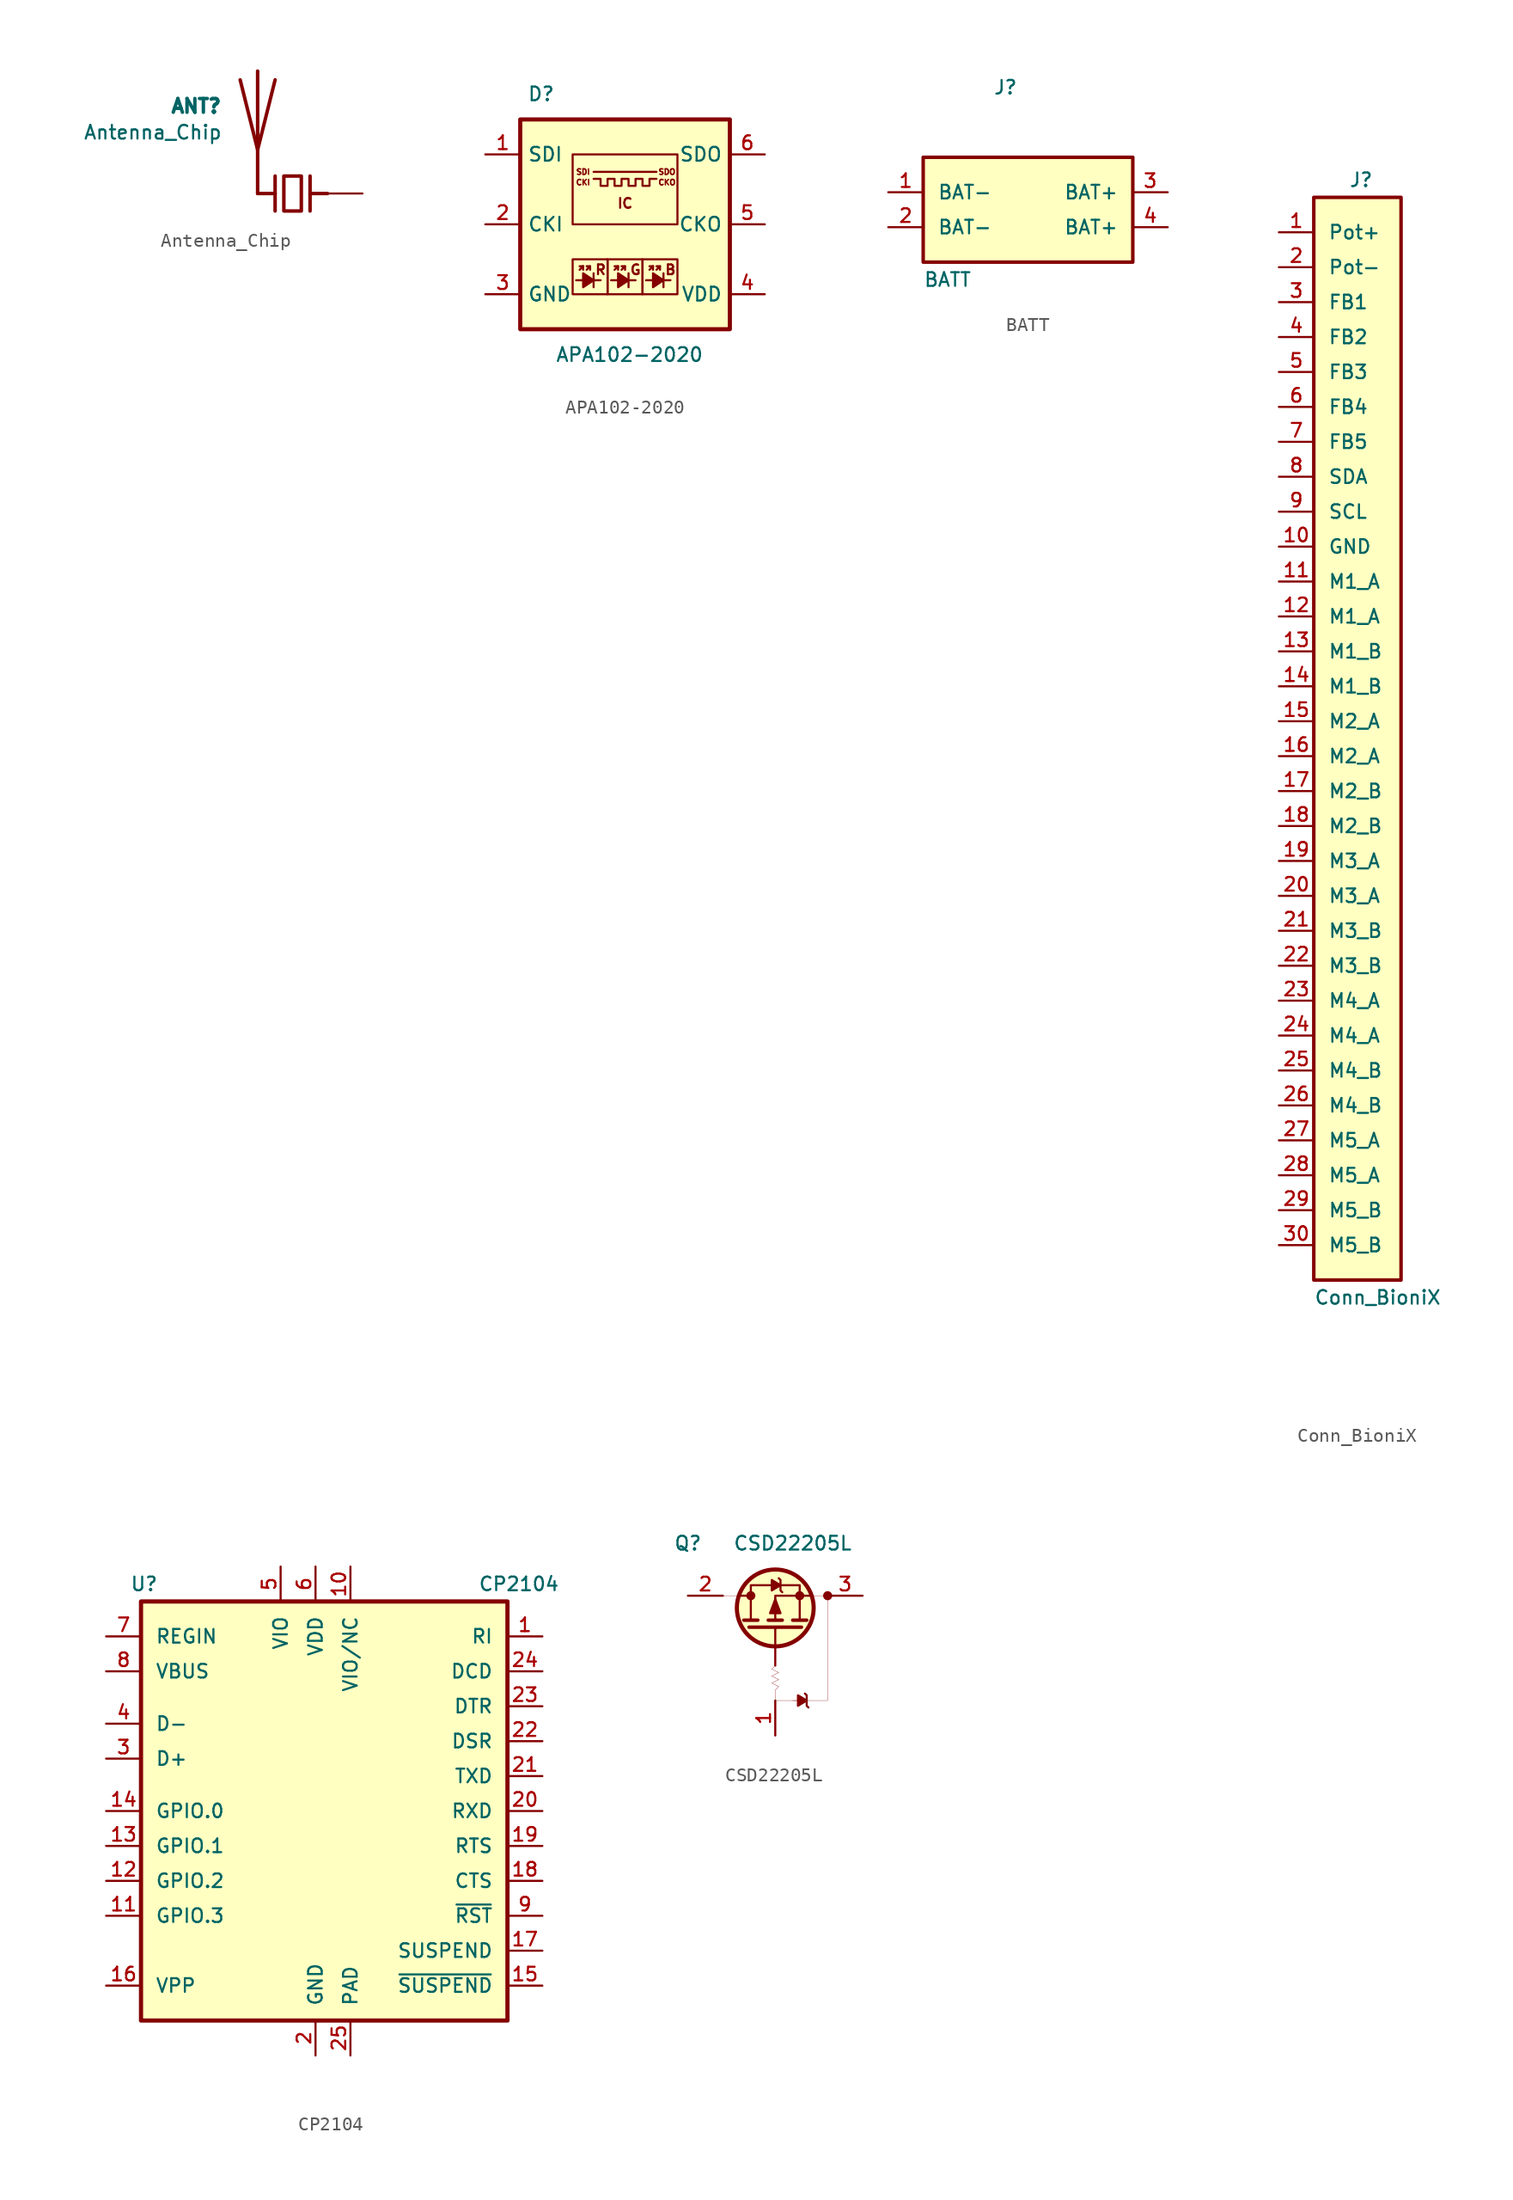
<source format=kicad_sym>
(kicad_symbol_lib
  (version 20201005)
  (generator kicad_symbol_editor)
  (symbol "HD_LibDB:Antenna_Chip"
    (pin_numbers hide)
    (pin_names
      (offset 1.016) hide)
    (property "Reference" "ANT"
      (at -5.08 6.35 0)
      (effects (font (size 1 1) (thickness 23546.967)) (justify right)))
    (property "Value" "Antenna_Chip"
      (at -5.08 4.445 0)
      (effects (font (size 1 1)) (justify right)))
    (symbol "Antenna_Chip_0_1"
      (polyline (pts (xy -2.54 0) (xy -1.27 0)) (stroke (width 0.254)) (fill (type none)))
      (polyline (pts (xy -2.54 8.89) (xy -2.54 0)) (stroke (width 0.254)) (fill (type none)))
      (polyline (pts (xy 1.27 0) (xy 2.54 0)) (stroke (width 0.254)) (fill (type none)))
      (polyline (pts (xy 1.27 1.27) (xy 1.27 -1.27)) (stroke (width 0.254)) (fill (type none)))
      (polyline (pts (xy -1.27 1.27) (xy -1.27 -1.27) (xy -1.27 0)) (stroke (width 0.254)) (fill (type none)))
      (polyline (pts (xy -1.27 8.255) (xy -2.54 3.175) (xy -3.81 8.255)) (stroke (width 0.254)) (fill (type none)))
      (polyline (pts (xy -0.635 1.27) (xy 0.635 1.27) (xy 0.635 -1.27) (xy -0.635 -1.27) (xy -0.635 1.27)) (stroke (width 0.254)) (fill (type none))))
    (symbol "Antenna_Chip_1_1"
      (pin passive line (at 5.08 0 180) (length 2.54) (name "FEED" (effects (font (size 0.991 0.991)))) (number "1" (effects (font (size 0.991 0.991)))))))
  (symbol "HD_LibDB:APA102-2020"
    (property "Reference" "D"
      (at -5.08 8.89 0)
      (effects (font (size 0.991 0.991)) (justify right bottom)))
    (property "Value" "APA102-2020"
      (at -5.08 -8.89 0)
      (effects (font (size 1 1)) (justify left top)))
    (symbol "APA102-2020_0_0"
      (text "B" (at 3.302 -3.302 0) (effects (font (size 0.711 0.711))))
      (text "CKI" (at -3.048 3.048 0) (effects (font (size 0.4 0.4))))
      (text "CKO" (at 3.048 3.048 0) (effects (font (size 0.4 0.4))))
      (text "G" (at 0.762 -3.302 0) (effects (font (size 0.711 0.711))))
      (text "IC" (at 0 1.524 0) (effects (font (size 0.711 0.711))))
      (text "R" (at -1.778 -3.302 0) (effects (font (size 0.711 0.711))))
      (text "SDI" (at -3.048 3.81 0) (effects (font (size 0.4 0.4))))
      (text "SDO" (at 3.048 3.81 0) (effects (font (size 0.4 0.4))))
      (rectangle (start -3.81 -5.08) (end -1.27 -2.54) (stroke (width 0.15)) (fill (type none)))
      (rectangle (start -3.81 0) (end 3.81 5.08) (stroke (width 0.15)) (fill (type none)))
      (rectangle (start -1.27 -2.54) (end 1.27 -5.08) (stroke (width 0.15)) (fill (type none)))
      (rectangle (start 1.27 -5.08) (end 3.81 -2.54) (stroke (width 0.15)) (fill (type none)))
      (polyline (pts (xy -3.302 -3.302) (xy -3.048 -3.048)) (stroke (width 0)) (fill (type none)))
      (polyline (pts (xy -3.048 -3.048) (xy -3.302 -3.048)) (stroke (width 0)) (fill (type none)))
      (polyline (pts (xy -3.048 -3.048) (xy -3.048 -3.302)) (stroke (width 0)) (fill (type none)))
      (polyline (pts (xy -2.54 -3.048) (xy -2.54 -3.302)) (stroke (width 0)) (fill (type none)))
      (polyline (pts (xy -2.286 3.81) (xy 2.286 3.81)) (stroke (width 0)) (fill (type none)))
      (polyline (pts (xy -0.762 -3.302) (xy -0.508 -3.048)) (stroke (width 0)) (fill (type none)))
      (polyline (pts (xy -0.508 -3.048) (xy -0.762 -3.048)) (stroke (width 0)) (fill (type none)))
      (polyline (pts (xy -0.508 -3.048) (xy -0.508 -3.302)) (stroke (width 0)) (fill (type none)))
      (polyline (pts (xy 0 -3.048) (xy 0 -3.302)) (stroke (width 0)) (fill (type none)))
      (polyline (pts (xy 1.778 -3.302) (xy 2.032 -3.048)) (stroke (width 0)) (fill (type none)))
      (polyline (pts (xy 2.032 -3.048) (xy 1.778 -3.048)) (stroke (width 0)) (fill (type none)))
      (polyline (pts (xy 2.032 -3.048) (xy 2.032 -3.302)) (stroke (width 0)) (fill (type none)))
      (polyline (pts (xy 2.54 -3.048) (xy 2.54 -3.302)) (stroke (width 0)) (fill (type none)))
      (polyline (pts (xy -2.794 -3.302) (xy -2.54 -3.048) (xy -2.794 -3.048)) (stroke (width 0)) (fill (type none)))
      (polyline (pts (xy -0.254 -3.302) (xy 0 -3.048) (xy -0.254 -3.048)) (stroke (width 0)) (fill (type none)))
      (polyline (pts (xy 2.286 -3.302) (xy 2.54 -3.048) (xy 2.286 -3.048)) (stroke (width 0)) (fill (type none)))
      (polyline (pts (xy -2.286 3.302) (xy -1.778 3.302) (xy -1.778 2.794) (xy -1.27 2.794) (xy -1.27 3.302) (xy -0.762 3.302) (xy -0.762 2.794) (xy -0.254 2.794) (xy -0.254 3.302) (xy 0.254 3.302) (xy 0.254 2.794) (xy 0.762 2.794) (xy 0.762 3.302) (xy 1.27 3.302) (xy 1.27 2.794) (xy 1.778 2.794) (xy 1.778 3.302) (xy 2.286 3.302)) (stroke (width 0)) (fill (type none))))
    (symbol "APA102-2020_0_1"
      (rectangle (start -7.62 7.62) (end 7.62 -7.62) (stroke (width 0.3)) (fill (type background)))
      (polyline (pts (xy -3.556 -4.064) (xy -3.048 -4.064)) (stroke (width 0)) (fill (type none)))
      (polyline (pts (xy -2.286 -4.064) (xy -1.778 -4.064)) (stroke (width 0)) (fill (type none)))
      (polyline (pts (xy -2.286 -3.556) (xy -2.286 -4.572)) (stroke (width 0)) (fill (type none)))
      (polyline (pts (xy -1.016 -4.064) (xy -0.508 -4.064)) (stroke (width 0)) (fill (type none)))
      (polyline (pts (xy 0.254 -4.064) (xy 0.762 -4.064)) (stroke (width 0)) (fill (type none)))
      (polyline (pts (xy 0.254 -3.556) (xy 0.254 -4.572)) (stroke (width 0)) (fill (type none)))
      (polyline (pts (xy 1.524 -4.064) (xy 2.032 -4.064)) (stroke (width 0)) (fill (type none)))
      (polyline (pts (xy 2.794 -4.064) (xy 3.302 -4.064)) (stroke (width 0)) (fill (type none)))
      (polyline (pts (xy 2.794 -3.556) (xy 2.794 -4.572)) (stroke (width 0)) (fill (type none)))
      (polyline (pts (xy -3.048 -3.556) (xy -3.048 -4.572) (xy -2.286 -4.064) (xy -3.048 -3.556)) (stroke (width 0)) (fill (type outline)))
      (polyline (pts (xy -0.508 -3.556) (xy -0.508 -4.572) (xy 0.254 -4.064) (xy -0.508 -3.556)) (stroke (width 0)) (fill (type outline)))
      (polyline (pts (xy 2.032 -3.556) (xy 2.032 -4.572) (xy 2.794 -4.064) (xy 2.032 -3.556)) (stroke (width 0)) (fill (type outline))))
    (symbol "APA102-2020_1_1"
      (pin input line (at -10.16 5.08 0) (length 2.54) (name "SDI" (effects (font (size 1 1)))) (number "1" (effects (font (size 1 1)))))
      (pin input line (at -10.16 0 0) (length 2.54) (name "CKI" (effects (font (size 1 1)))) (number "2" (effects (font (size 1 1)))))
      (pin power_in line (at -10.16 -5.08 0) (length 2.54) (name "GND" (effects (font (size 1 1)))) (number "3" (effects (font (size 1 1)))))
      (pin power_in line (at 10.16 -5.08 180) (length 2.54) (name "VDD" (effects (font (size 1 1)))) (number "4" (effects (font (size 1 1)))))
      (pin output line (at 10.16 0 180) (length 2.54) (name "CKO" (effects (font (size 1 1)))) (number "5" (effects (font (size 1 1)))))
      (pin output line (at 10.16 5.08 180) (length 2.54) (name "SDO" (effects (font (size 1 1)))) (number "6" (effects (font (size 1 1)))))))
  (symbol "HD_LibDB:BATT"
    (pin_names
      (offset 1.016))
    (property "Reference" "J"
      (at -2.54 8.89 0)
      (effects (font (size 0.991 0.991)) (justify left)))
    (property "Value" "BATT"
      (at -7.62 -5.08 0)
      (effects (font (size 0.991 0.991)) (justify left)))
    (symbol "BATT_0_1"
      (rectangle (start -7.62 3.81) (end 7.62 -3.81) (stroke (width 0.254)) (fill (type background))))
    (symbol "BATT_1_1"
      (pin power_in line (at 10.16 1.27 180) (length 2.54) (name "BAT+" (effects (font (size 0.991 0.991)))) (number "3" (effects (font (size 0.991 0.991)))))
      (pin passive line (at 10.16 -1.27 180) (length 2.54) (name "BAT+" (effects (font (size 0.991 0.991)))) (number "4" (effects (font (size 0.991 0.991)))))
      (pin passive line (at -10.16 1.27 0) (length 2.54) (name "BAT-" (effects (font (size 0.991 0.991)))) (number "1" (effects (font (size 0.991 0.991)))))
      (pin passive line (at -10.16 -1.27 0) (length 2.54) (name "BAT-" (effects (font (size 0.991 0.991)))) (number "2" (effects (font (size 0.991 0.991)))))))
  (symbol "HD_LibDB:Conn_BioniX"
    (pin_names
      (offset 1.016))
    (property "Reference" "J"
      (at 0 35.56 0)
      (effects (font (size 0.991 0.991)) (justify left)))
    (property "Value" "Conn_BioniX"
      (at -2.54 -45.72 0)
      (effects (font (size 0.991 0.991)) (justify left)))
    (symbol "Conn_BioniX_0_1"
      (rectangle (start -2.54 34.29) (end 3.81 -44.45) (stroke (width 0.254)) (fill (type background))))
    (symbol "Conn_BioniX_1_1"
      (pin input line (at -5.08 31.75 0) (length 2.54) (name "Pot+" (effects (font (size 0.991 0.991)))) (number "1" (effects (font (size 0.991 0.991)))))
      (pin input line (at -5.08 29.21 0) (length 2.54) (name "Pot-" (effects (font (size 0.991 0.991)))) (number "2" (effects (font (size 0.991 0.991)))))
      (pin output line (at -5.08 26.67 0) (length 2.54) (name "FB1" (effects (font (size 0.991 0.991)))) (number "3" (effects (font (size 0.991 0.991)))))
      (pin output line (at -5.08 24.13 0) (length 2.54) (name "FB2" (effects (font (size 0.991 0.991)))) (number "4" (effects (font (size 0.991 0.991)))))
      (pin output line (at -5.08 21.59 0) (length 2.54) (name "FB3" (effects (font (size 0.991 0.991)))) (number "5" (effects (font (size 0.991 0.991)))))
      (pin output line (at -5.08 19.05 0) (length 2.54) (name "FB4" (effects (font (size 0.991 0.991)))) (number "6" (effects (font (size 0.991 0.991)))))
      (pin output line (at -5.08 16.51 0) (length 2.54) (name "FB5" (effects (font (size 0.991 0.991)))) (number "7" (effects (font (size 0.991 0.991)))))
      (pin bidirectional line (at -5.08 13.97 0) (length 2.54) (name "SDA" (effects (font (size 0.991 0.991)))) (number "8" (effects (font (size 0.991 0.991)))))
      (pin bidirectional line (at -5.08 11.43 0) (length 2.54) (name "SCL" (effects (font (size 0.991 0.991)))) (number "9" (effects (font (size 0.991 0.991)))))
      (pin power_in line (at -5.08 8.89 0) (length 2.54) (name "GND" (effects (font (size 0.991 0.991)))) (number "10" (effects (font (size 0.991 0.991)))))
      (pin input line (at -5.08 6.35 0) (length 2.54) (name "M1_A" (effects (font (size 0.991 0.991)))) (number "11" (effects (font (size 0.991 0.991)))))
      (pin input line (at -5.08 3.81 0) (length 2.54) (name "M1_A" (effects (font (size 0.991 0.991)))) (number "12" (effects (font (size 0.991 0.991)))))
      (pin input line (at -5.08 1.27 0) (length 2.54) (name "M1_B" (effects (font (size 0.991 0.991)))) (number "13" (effects (font (size 0.991 0.991)))))
      (pin input line (at -5.08 -1.27 0) (length 2.54) (name "M1_B" (effects (font (size 0.991 0.991)))) (number "14" (effects (font (size 0.991 0.991)))))
      (pin input line (at -5.08 -3.81 0) (length 2.54) (name "M2_A" (effects (font (size 0.991 0.991)))) (number "15" (effects (font (size 0.991 0.991)))))
      (pin input line (at -5.08 -6.35 0) (length 2.54) (name "M2_A" (effects (font (size 0.991 0.991)))) (number "16" (effects (font (size 0.991 0.991)))))
      (pin input line (at -5.08 -8.89 0) (length 2.54) (name "M2_B" (effects (font (size 0.991 0.991)))) (number "17" (effects (font (size 0.991 0.991)))))
      (pin input line (at -5.08 -11.43 0) (length 2.54) (name "M2_B" (effects (font (size 0.991 0.991)))) (number "18" (effects (font (size 0.991 0.991)))))
      (pin input line (at -5.08 -13.97 0) (length 2.54) (name "M3_A" (effects (font (size 0.991 0.991)))) (number "19" (effects (font (size 0.991 0.991)))))
      (pin input line (at -5.08 -16.51 0) (length 2.54) (name "M3_A" (effects (font (size 0.991 0.991)))) (number "20" (effects (font (size 0.991 0.991)))))
      (pin input line (at -5.08 -19.05 0) (length 2.54) (name "M3_B" (effects (font (size 0.991 0.991)))) (number "21" (effects (font (size 0.991 0.991)))))
      (pin input line (at -5.08 -21.59 0) (length 2.54) (name "M3_B" (effects (font (size 0.991 0.991)))) (number "22" (effects (font (size 0.991 0.991)))))
      (pin input line (at -5.08 -24.13 0) (length 2.54) (name "M4_A" (effects (font (size 0.991 0.991)))) (number "23" (effects (font (size 0.991 0.991)))))
      (pin input line (at -5.08 -26.67 0) (length 2.54) (name "M4_A" (effects (font (size 0.991 0.991)))) (number "24" (effects (font (size 0.991 0.991)))))
      (pin input line (at -5.08 -29.21 0) (length 2.54) (name "M4_B" (effects (font (size 0.991 0.991)))) (number "25" (effects (font (size 0.991 0.991)))))
      (pin input line (at -5.08 -31.75 0) (length 2.54) (name "M4_B" (effects (font (size 0.991 0.991)))) (number "26" (effects (font (size 0.991 0.991)))))
      (pin input line (at -5.08 -34.29 0) (length 2.54) (name "M5_A" (effects (font (size 0.991 0.991)))) (number "27" (effects (font (size 0.991 0.991)))))
      (pin input line (at -5.08 -36.83 0) (length 2.54) (name "M5_A" (effects (font (size 0.991 0.991)))) (number "28" (effects (font (size 0.991 0.991)))))
      (pin input line (at -5.08 -39.37 0) (length 2.54) (name "M5_B" (effects (font (size 0.991 0.991)))) (number "29" (effects (font (size 0.991 0.991)))))
      (pin input line (at -5.08 -41.91 0) (length 2.54) (name "M5_B" (effects (font (size 0.991 0.991)))) (number "30" (effects (font (size 0.991 0.991)))))))
  (symbol "HD_LibDB:CP2104"
    (pin_names
      (offset 1.016))
    (property "Reference" "U"
      (at -12.7 16.51 0)
      (effects (font (size 0.991 0.991)) (justify right)))
    (property "Value" "CP2104"
      (at 16.51 16.51 0)
      (effects (font (size 0.991 0.991)) (justify right)))
    (symbol "CP2104_0_1"
      (rectangle (start -13.97 15.24) (end 12.7 -15.24) (stroke (width 0.305)) (fill (type background))))
    (symbol "CP2104_1_1"
      (pin input line (at 15.24 12.7 180) (length 2.54) (name "RI" (effects (font (size 0.991 0.991)))) (number "1" (effects (font (size 0.991 0.991)))))
      (pin power_out line (at 1.27 17.78 270) (length 2.54) (name "VIO/NC" (effects (font (size 0.991 0.991)))) (number "10" (effects (font (size 0.991 0.991)))))
      (pin bidirectional line (at -16.51 -7.62 0) (length 2.54) (name "GPIO.3" (effects (font (size 0.991 0.991)))) (number "11" (effects (font (size 0.991 0.991)))))
      (pin bidirectional line (at -16.51 -5.08 0) (length 2.54) (name "GPIO.2" (effects (font (size 0.991 0.991)))) (number "12" (effects (font (size 0.991 0.991)))))
      (pin bidirectional line (at -16.51 -2.54 0) (length 2.54) (name "GPIO.1" (effects (font (size 0.991 0.991)))) (number "13" (effects (font (size 0.991 0.991)))))
      (pin bidirectional line (at -16.51 0 0) (length 2.54) (name "GPIO.0" (effects (font (size 0.991 0.991)))) (number "14" (effects (font (size 0.991 0.991)))))
      (pin output line (at 15.24 -12.7 180) (length 2.54) (name "~SUSPEND" (effects (font (size 0.991 0.991)))) (number "15" (effects (font (size 0.991 0.991)))))
      (pin passive line (at -16.51 -12.7 0) (length 2.54) (name "VPP" (effects (font (size 0.991 0.991)))) (number "16" (effects (font (size 0.991 0.991)))))
      (pin output line (at 15.24 -10.16 180) (length 2.54) (name "SUSPEND" (effects (font (size 0.991 0.991)))) (number "17" (effects (font (size 0.991 0.991)))))
      (pin input line (at 15.24 -5.08 180) (length 2.54) (name "CTS" (effects (font (size 0.991 0.991)))) (number "18" (effects (font (size 0.991 0.991)))))
      (pin output line (at 15.24 -2.54 180) (length 2.54) (name "RTS" (effects (font (size 0.991 0.991)))) (number "19" (effects (font (size 0.991 0.991)))))
      (pin power_in line (at -1.27 -17.78 90) (length 2.54) (name "GND" (effects (font (size 0.991 0.991)))) (number "2" (effects (font (size 0.991 0.991)))))
      (pin input line (at 15.24 0 180) (length 2.54) (name "RXD" (effects (font (size 0.991 0.991)))) (number "20" (effects (font (size 0.991 0.991)))))
      (pin output line (at 15.24 2.54 180) (length 2.54) (name "TXD" (effects (font (size 0.991 0.991)))) (number "21" (effects (font (size 0.991 0.991)))))
      (pin input line (at 15.24 5.08 180) (length 2.54) (name "DSR" (effects (font (size 0.991 0.991)))) (number "22" (effects (font (size 0.991 0.991)))))
      (pin output line (at 15.24 7.62 180) (length 2.54) (name "DTR" (effects (font (size 0.991 0.991)))) (number "23" (effects (font (size 0.991 0.991)))))
      (pin input line (at 15.24 10.16 180) (length 2.54) (name "DCD" (effects (font (size 0.991 0.991)))) (number "24" (effects (font (size 0.991 0.991)))))
      (pin power_in line (at 1.27 -17.78 90) (length 2.54) (name "PAD" (effects (font (size 0.991 0.991)))) (number "25" (effects (font (size 0.991 0.991)))))
      (pin bidirectional line (at -16.51 3.81 0) (length 2.54) (name "D+" (effects (font (size 0.991 0.991)))) (number "3" (effects (font (size 0.991 0.991)))))
      (pin bidirectional line (at -16.51 6.35 0) (length 2.54) (name "D-" (effects (font (size 0.991 0.991)))) (number "4" (effects (font (size 0.991 0.991)))))
      (pin power_in line (at -3.81 17.78 270) (length 2.54) (name "VIO" (effects (font (size 0.991 0.991)))) (number "5" (effects (font (size 0.991 0.991)))))
      (pin power_in line (at -1.27 17.78 270) (length 2.54) (name "VDD" (effects (font (size 0.991 0.991)))) (number "6" (effects (font (size 0.991 0.991)))))
      (pin power_in line (at -16.51 12.7 0) (length 2.54) (name "REGIN" (effects (font (size 0.991 0.991)))) (number "7" (effects (font (size 0.991 0.991)))))
      (pin power_in line (at -16.51 10.16 0) (length 2.54) (name "VBUS" (effects (font (size 0.991 0.991)))) (number "8" (effects (font (size 0.991 0.991)))))
      (pin bidirectional line (at 15.24 -7.62 180) (length 2.54) (name "~RST" (effects (font (size 0.991 0.991)))) (number "9" (effects (font (size 0.991 0.991)))))))
  (symbol "HD_LibDB:CSD22205L"
    (pin_names
      (offset 0.002) hide)
    (property "Reference" "Q"
      (at -6.35 5.08 0)
      (effects (font (size 1 1))))
    (property "Value" "CSD22205L"
      (at 1.27 5.08 0)
      (effects (font (size 1 1))))
    (symbol "CSD22205L_0_1"
      (circle (center 0 0.381) (radius 2.794) (stroke (width 0.3)) (fill (type background)))
      (circle (center 1.778 1.27) (radius 0.254) (stroke (width 0)) (fill (type outline)))
      (circle (center -1.778 1.27) (radius 0.254) (stroke (width 0)) (fill (type outline)))
      (circle (center 3.81 1.27) (radius 0.254) (stroke (width 0)) (fill (type outline)))
      (polyline (pts (xy 0 -1.016) (xy 0 -3.81)) (stroke (width 0)) (fill (type none)))
      (polyline (pts (xy -1.905 -1.016) (xy 1.905 -1.016)) (stroke (width 0.254)) (fill (type none)))
      (polyline (pts (xy 1.27 -0.508) (xy 2.286 -0.508)) (stroke (width 0.254)) (fill (type none)))
      (polyline (pts (xy -0.508 -0.508) (xy 0.508 -0.508)) (stroke (width 0.254)) (fill (type none)))
      (polyline (pts (xy -2.286 -0.508) (xy -1.27 -0.508)) (stroke (width 0.254)) (fill (type none)))
      (polyline (pts (xy -2.54 1.27) (xy -1.778 1.27)) (stroke (width 0)) (fill (type none)))
      (polyline (pts (xy 2.54 1.27) (xy 0 1.27) (xy 0 -0.508)) (stroke (width 0)) (fill (type none)))
      (polyline (pts (xy -1.778 -0.508) (xy -1.778 2.032) (xy 1.778 2.032) (xy 1.778 -0.508)) (stroke (width 0)) (fill (type none)))
      (polyline (pts (xy 0 1.016) (xy -0.381 0) (xy 0.381 0) (xy 0 1.016)) (stroke (width 0)) (fill (type outline)))
      (polyline (pts (xy 0.508 1.524) (xy 0.381 1.651) (xy 0.381 2.413) (xy 0.254 2.54)) (stroke (width 0)) (fill (type none)))
      (polyline (pts (xy 0.381 2.032) (xy -0.254 1.651) (xy -0.254 2.413) (xy 0.381 2.032)) (stroke (width 0)) (fill (type outline)))
      (polyline (pts (xy -3.81 1.27) (xy -2.286 1.27)) (stroke (width 0.001)) (fill (type none)))
      (polyline (pts (xy 3.81 1.27) (xy 2.286 1.27)) (stroke (width 0.001)) (fill (type none)))
      (polyline (pts (xy 0 -3.81) (xy -0.254 -4.064) (xy 0.254 -4.318) (xy -0.254 -4.572) (xy 0.254 -4.826) (xy -0.254 -5.08) (xy 0.254 -5.334) (xy 0 -5.588) (xy 0 -6.35) (xy 0 -6.35)) (stroke (width 0.001)) (fill (type none)))
      (polyline (pts (xy 2.413 -6.858) (xy 2.286 -6.731) (xy 2.286 -5.969) (xy 2.159 -5.842)) (stroke (width 0)) (fill (type none)))
      (polyline (pts (xy 2.286 -6.35) (xy 1.651 -6.731) (xy 1.651 -5.969) (xy 2.286 -6.35)) (stroke (width 0)) (fill (type outline)))
      (polyline (pts (xy 3.81 1.27) (xy 3.81 -6.35) (xy 1.27 -6.35)) (stroke (width 0.001)) (fill (type none)))
      (polyline (pts (xy 1.778 -6.35) (xy 0 -6.35)) (stroke (width 0.001)) (fill (type none))))
    (symbol "CSD22205L_1_1"
      (pin input line (at 6.35 1.27 180) (length 2.54) (name "S" (effects (font (size 1 1)))) (number "3" (effects (font (size 1 1)))))
      (pin input line (at 0 -8.89 90) (length 2.54) (name "G" (effects (font (size 1 1)))) (number "1" (effects (font (size 1 1)))))
      (pin input line (at -6.35 1.27 0) (length 2.54) (name "D" (effects (font (size 1 1)))) (number "2" (effects (font (size 1 1)))))
      (pin input line (at -6.35 1.27 0) (length 2.54) hide (name "D" (effects (font (size 1 1)))) (number "4" (effects (font (size 1 1))))))))
</source>
